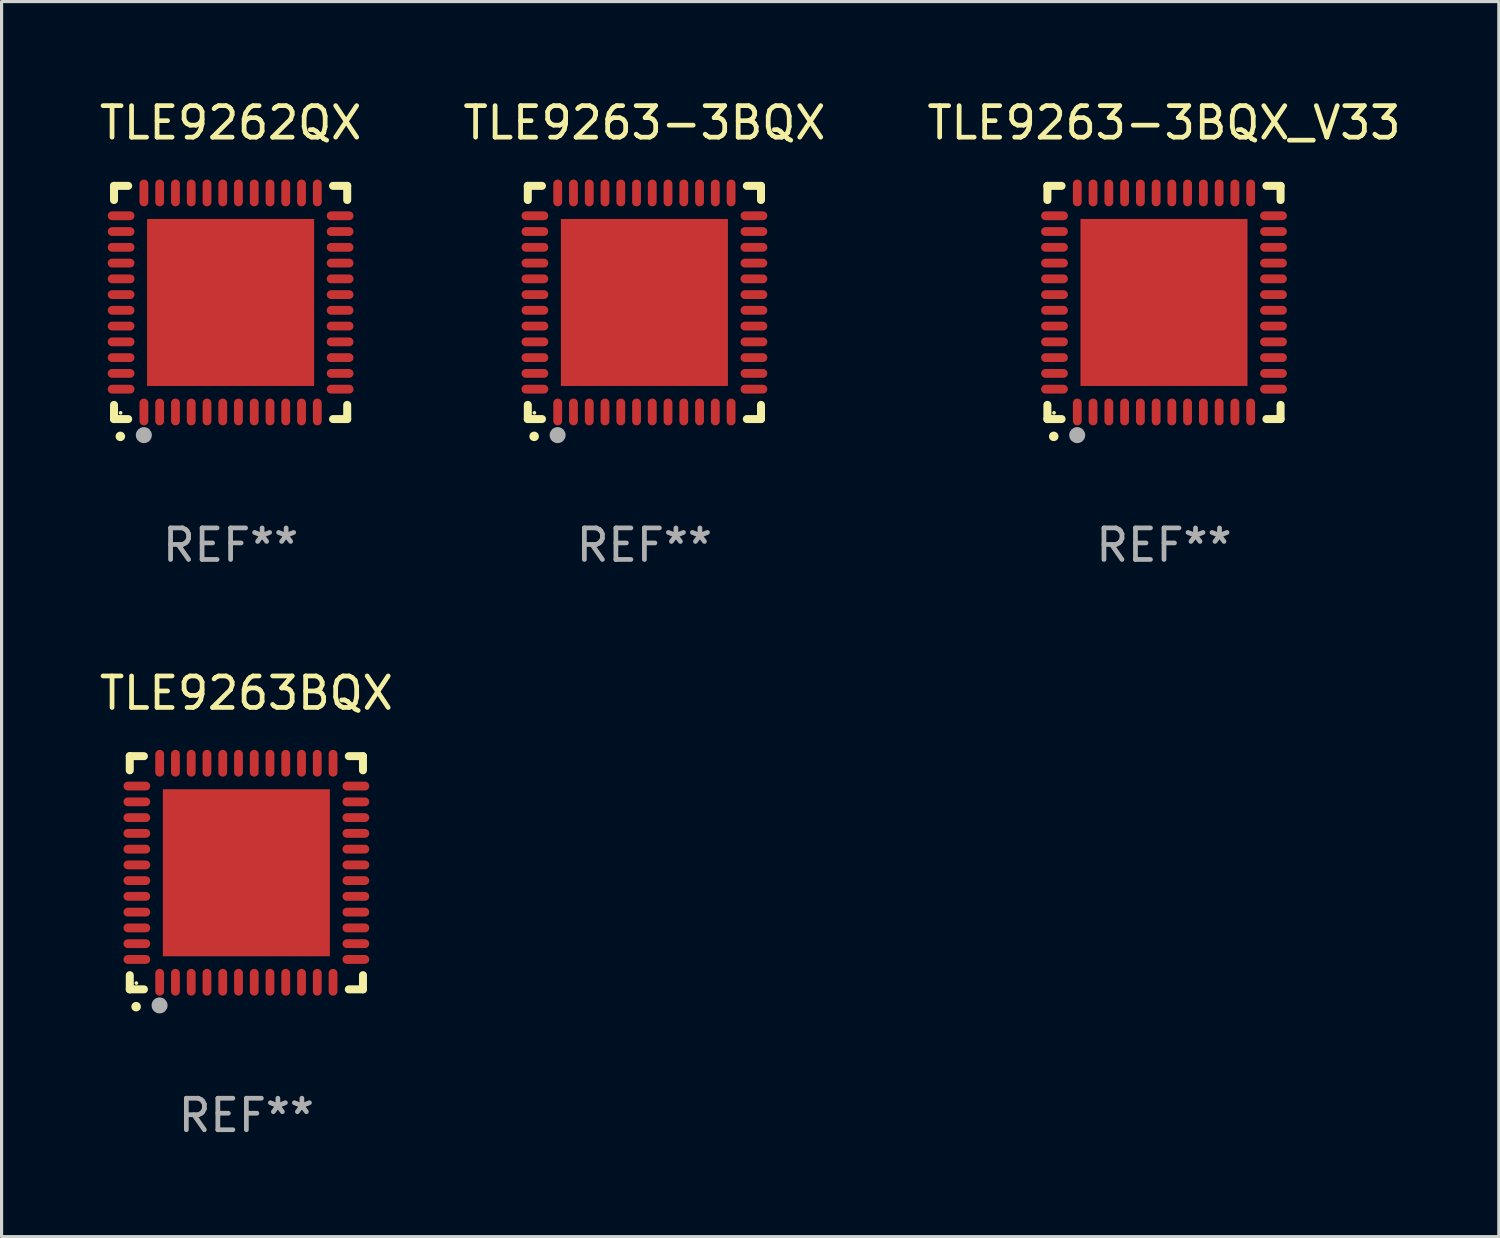
<source format=kicad_pcb>
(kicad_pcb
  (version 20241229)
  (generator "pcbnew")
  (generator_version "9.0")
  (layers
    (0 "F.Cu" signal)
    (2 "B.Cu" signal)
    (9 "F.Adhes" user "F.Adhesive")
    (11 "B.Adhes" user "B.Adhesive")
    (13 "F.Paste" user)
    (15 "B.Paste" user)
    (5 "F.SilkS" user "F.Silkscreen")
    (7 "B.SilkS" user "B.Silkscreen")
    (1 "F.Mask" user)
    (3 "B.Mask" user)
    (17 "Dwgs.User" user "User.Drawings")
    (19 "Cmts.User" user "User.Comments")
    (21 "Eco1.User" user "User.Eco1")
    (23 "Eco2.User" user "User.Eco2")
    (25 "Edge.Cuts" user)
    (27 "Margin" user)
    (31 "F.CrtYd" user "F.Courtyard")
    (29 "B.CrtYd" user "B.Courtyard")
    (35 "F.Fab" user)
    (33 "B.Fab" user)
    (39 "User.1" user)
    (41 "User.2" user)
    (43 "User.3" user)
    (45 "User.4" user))
  (footprint "TLE9262QX"
    (layer "F.Cu")
    (at 4.268 6.548)
    (property "Reference" "TLE9262QX" (at 0 -5.7 0) (layer "F.SilkS") (effects (font (size 1 1) (thickness 0.15))))
    (attr through_hole)
    (fp_line (start -3.7 -3.7) (end -3.25 -3.7) (stroke (width 0.254) (type solid)) (layer "F.SilkS"))
    (fp_line (start -3.7 -3.25) (end -3.7 -3.7) (stroke (width 0.254) (type solid)) (layer "F.SilkS"))
    (fp_line (start -3.7 3.7) (end -3.7 3.25) (stroke (width 0.254) (type solid)) (layer "F.SilkS"))
    (fp_line (start -3.25 3.7) (end -3.7 3.7) (stroke (width 0.254) (type solid)) (layer "F.SilkS"))
    (fp_line (start 3.25 3.7) (end 3.7 3.7) (stroke (width 0.254) (type solid)) (layer "F.SilkS"))
    (fp_line (start 3.7 -3.7) (end 3.25 -3.7) (stroke (width 0.254) (type solid)) (layer "F.SilkS"))
    (fp_line (start 3.7 -3.25) (end 3.7 -3.7) (stroke (width 0.254) (type solid)) (layer "F.SilkS"))
    (fp_line (start 3.7 3.7) (end 3.7 3.25) (stroke (width 0.254) (type solid)) (layer "F.SilkS"))
    (fp_arc (start -3.500127 4.249428) (mid -3.498857 4.249423) (end -3.497587 4.249428) (stroke (width 0.3) (type solid)) (layer "F.SilkS"))
    (fp_circle (center -3.491 3.501) (end -3.461 3.501) (stroke (width 0.06) (type solid)) (fill no) (layer "F.SilkS"))
    (fp_circle (center -2.754 4.21) (end -2.627 4.21) (stroke (width 0.254) (type solid)) (fill no) (layer "F.Fab"))
    (fp_text user "REF**" (at 0 7.7 0) (layer "F.Fab") (effects (font (size 1 1) (thickness 0.15))))
    (pad "1" smd oval (at -2.751 3.475) (size 0.28 0.85) (layers "F.Cu" "F.Mask" "F.Paste"))
    (pad "2" smd oval (at -2.251 3.475) (size 0.28 0.85) (layers "F.Cu" "F.Mask" "F.Paste"))
    (pad "3" smd oval (at -1.75 3.475) (size 0.28 0.85) (layers "F.Cu" "F.Mask" "F.Paste"))
    (pad "4" smd oval (at -1.25 3.475) (size 0.28 0.85) (layers "F.Cu" "F.Mask" "F.Paste"))
    (pad "5" smd oval (at -0.749 3.475) (size 0.28 0.85) (layers "F.Cu" "F.Mask" "F.Paste"))
    (pad "6" smd oval (at -0.249 3.475) (size 0.28 0.85) (layers "F.Cu" "F.Mask" "F.Paste"))
    (pad "7" smd oval (at 0.249 3.475) (size 0.28 0.85) (layers "F.Cu" "F.Mask" "F.Paste"))
    (pad "8" smd oval (at 0.749 3.475) (size 0.28 0.85) (layers "F.Cu" "F.Mask" "F.Paste"))
    (pad "9" smd oval (at 1.25 3.475) (size 0.28 0.85) (layers "F.Cu" "F.Mask" "F.Paste"))
    (pad "10" smd oval (at 1.75 3.475) (size 0.28 0.85) (layers "F.Cu" "F.Mask" "F.Paste"))
    (pad "11" smd oval (at 2.25 3.475) (size 0.28 0.85) (layers "F.Cu" "F.Mask" "F.Paste"))
    (pad "12" smd oval (at 2.751 3.475) (size 0.28 0.85) (layers "F.Cu" "F.Mask" "F.Paste"))
    (pad "13" smd oval (at 3.475 2.751) (size 0.85 0.28) (layers "F.Cu" "F.Mask" "F.Paste"))
    (pad "14" smd oval (at 3.475 2.251) (size 0.85 0.28) (layers "F.Cu" "F.Mask" "F.Paste"))
    (pad "15" smd oval (at 3.475 1.75) (size 0.85 0.28) (layers "F.Cu" "F.Mask" "F.Paste"))
    (pad "16" smd oval (at 3.475 1.25) (size 0.85 0.28) (layers "F.Cu" "F.Mask" "F.Paste"))
    (pad "17" smd oval (at 3.475 0.749) (size 0.85 0.28) (layers "F.Cu" "F.Mask" "F.Paste"))
    (pad "18" smd oval (at 3.475 0.249) (size 0.85 0.28) (layers "F.Cu" "F.Mask" "F.Paste"))
    (pad "19" smd oval (at 3.475 -0.249) (size 0.85 0.28) (layers "F.Cu" "F.Mask" "F.Paste"))
    (pad "20" smd oval (at 3.475 -0.749) (size 0.85 0.28) (layers "F.Cu" "F.Mask" "F.Paste"))
    (pad "21" smd oval (at 3.475 -1.25) (size 0.85 0.28) (layers "F.Cu" "F.Mask" "F.Paste"))
    (pad "22" smd oval (at 3.475 -1.75) (size 0.85 0.28) (layers "F.Cu" "F.Mask" "F.Paste"))
    (pad "23" smd oval (at 3.475 -2.25) (size 0.85 0.28) (layers "F.Cu" "F.Mask" "F.Paste"))
    (pad "24" smd oval (at 3.475 -2.751) (size 0.85 0.28) (layers "F.Cu" "F.Mask" "F.Paste"))
    (pad "25" smd oval (at 2.751 -3.475) (size 0.28 0.85) (layers "F.Cu" "F.Mask" "F.Paste"))
    (pad "26" smd oval (at 2.25 -3.475) (size 0.28 0.85) (layers "F.Cu" "F.Mask" "F.Paste"))
    (pad "27" smd oval (at 1.75 -3.475) (size 0.28 0.85) (layers "F.Cu" "F.Mask" "F.Paste"))
    (pad "28" smd oval (at 1.25 -3.475) (size 0.28 0.85) (layers "F.Cu" "F.Mask" "F.Paste"))
    (pad "29" smd oval (at 0.749 -3.475) (size 0.28 0.85) (layers "F.Cu" "F.Mask" "F.Paste"))
    (pad "30" smd oval (at 0.249 -3.475) (size 0.28 0.85) (layers "F.Cu" "F.Mask" "F.Paste"))
    (pad "31" smd oval (at -0.249 -3.475) (size 0.28 0.85) (layers "F.Cu" "F.Mask" "F.Paste"))
    (pad "32" smd oval (at -0.749 -3.475) (size 0.28 0.85) (layers "F.Cu" "F.Mask" "F.Paste"))
    (pad "33" smd oval (at -1.25 -3.475) (size 0.28 0.85) (layers "F.Cu" "F.Mask" "F.Paste"))
    (pad "34" smd oval (at -1.75 -3.475) (size 0.28 0.85) (layers "F.Cu" "F.Mask" "F.Paste"))
    (pad "35" smd oval (at -2.251 -3.475) (size 0.28 0.85) (layers "F.Cu" "F.Mask" "F.Paste"))
    (pad "36" smd oval (at -2.751 -3.475) (size 0.28 0.85) (layers "F.Cu" "F.Mask" "F.Paste"))
    (pad "37" smd oval (at -3.475 -2.751) (size 0.85 0.28) (layers "F.Cu" "F.Mask" "F.Paste"))
    (pad "38" smd oval (at -3.475 -2.25) (size 0.85 0.28) (layers "F.Cu" "F.Mask" "F.Paste"))
    (pad "39" smd oval (at -3.475 -1.75) (size 0.85 0.28) (layers "F.Cu" "F.Mask" "F.Paste"))
    (pad "40" smd oval (at -3.475 -1.25) (size 0.85 0.28) (layers "F.Cu" "F.Mask" "F.Paste"))
    (pad "41" smd oval (at -3.475 -0.749) (size 0.85 0.28) (layers "F.Cu" "F.Mask" "F.Paste"))
    (pad "42" smd oval (at -3.475 -0.249) (size 0.85 0.28) (layers "F.Cu" "F.Mask" "F.Paste"))
    (pad "43" smd oval (at -3.475 0.249) (size 0.85 0.28) (layers "F.Cu" "F.Mask" "F.Paste"))
    (pad "44" smd oval (at -3.475 0.749) (size 0.85 0.28) (layers "F.Cu" "F.Mask" "F.Paste"))
    (pad "45" smd oval (at -3.475 1.25) (size 0.85 0.28) (layers "F.Cu" "F.Mask" "F.Paste"))
    (pad "46" smd oval (at -3.475 1.75) (size 0.85 0.28) (layers "F.Cu" "F.Mask" "F.Paste"))
    (pad "47" smd oval (at -3.475 2.251) (size 0.85 0.28) (layers "F.Cu" "F.Mask" "F.Paste"))
    (pad "48" smd oval (at -3.475 2.751) (size 0.85 0.28) (layers "F.Cu" "F.Mask" "F.Paste"))
    (pad "49" smd rect (at -0.000102 0.000102) (size 5.3 5.3) (layers "F.Cu" "F.Mask" "F.Paste")))
  (footprint "TLE9263-3BQX"
    (layer "F.Cu")
    (at 17.399 6.548)
    (property "Reference" "TLE9263-3BQX" (at 0 -5.7 0) (layer "F.SilkS") (effects (font (size 1 1) (thickness 0.15))))
    (attr through_hole)
    (fp_line (start -3.7 -3.7) (end -3.25 -3.7) (stroke (width 0.254) (type solid)) (layer "F.SilkS"))
    (fp_line (start -3.7 -3.25) (end -3.7 -3.7) (stroke (width 0.254) (type solid)) (layer "F.SilkS"))
    (fp_line (start -3.7 3.7) (end -3.7 3.25) (stroke (width 0.254) (type solid)) (layer "F.SilkS"))
    (fp_line (start -3.25 3.7) (end -3.7 3.7) (stroke (width 0.254) (type solid)) (layer "F.SilkS"))
    (fp_line (start 3.25 3.7) (end 3.7 3.7) (stroke (width 0.254) (type solid)) (layer "F.SilkS"))
    (fp_line (start 3.7 -3.7) (end 3.25 -3.7) (stroke (width 0.254) (type solid)) (layer "F.SilkS"))
    (fp_line (start 3.7 -3.25) (end 3.7 -3.7) (stroke (width 0.254) (type solid)) (layer "F.SilkS"))
    (fp_line (start 3.7 3.7) (end 3.7 3.25) (stroke (width 0.254) (type solid)) (layer "F.SilkS"))
    (fp_arc (start -3.500127 4.249428) (mid -3.498857 4.249423) (end -3.497587 4.249428) (stroke (width 0.3) (type solid)) (layer "F.SilkS"))
    (fp_circle (center -3.491 3.501) (end -3.461 3.501) (stroke (width 0.06) (type solid)) (fill no) (layer "F.SilkS"))
    (fp_circle (center -2.754 4.21) (end -2.627 4.21) (stroke (width 0.254) (type solid)) (fill no) (layer "F.Fab"))
    (fp_text user "REF**" (at 0 7.7 0) (layer "F.Fab") (effects (font (size 1 1) (thickness 0.15))))
    (pad "1" smd oval (at -2.751 3.475) (size 0.28 0.85) (layers "F.Cu" "F.Mask" "F.Paste"))
    (pad "2" smd oval (at -2.251 3.475) (size 0.28 0.85) (layers "F.Cu" "F.Mask" "F.Paste"))
    (pad "3" smd oval (at -1.75 3.475) (size 0.28 0.85) (layers "F.Cu" "F.Mask" "F.Paste"))
    (pad "4" smd oval (at -1.25 3.475) (size 0.28 0.85) (layers "F.Cu" "F.Mask" "F.Paste"))
    (pad "5" smd oval (at -0.749 3.475) (size 0.28 0.85) (layers "F.Cu" "F.Mask" "F.Paste"))
    (pad "6" smd oval (at -0.249 3.475) (size 0.28 0.85) (layers "F.Cu" "F.Mask" "F.Paste"))
    (pad "7" smd oval (at 0.249 3.475) (size 0.28 0.85) (layers "F.Cu" "F.Mask" "F.Paste"))
    (pad "8" smd oval (at 0.749 3.475) (size 0.28 0.85) (layers "F.Cu" "F.Mask" "F.Paste"))
    (pad "9" smd oval (at 1.25 3.475) (size 0.28 0.85) (layers "F.Cu" "F.Mask" "F.Paste"))
    (pad "10" smd oval (at 1.75 3.475) (size 0.28 0.85) (layers "F.Cu" "F.Mask" "F.Paste"))
    (pad "11" smd oval (at 2.25 3.475) (size 0.28 0.85) (layers "F.Cu" "F.Mask" "F.Paste"))
    (pad "12" smd oval (at 2.751 3.475) (size 0.28 0.85) (layers "F.Cu" "F.Mask" "F.Paste"))
    (pad "13" smd oval (at 3.475 2.751) (size 0.85 0.28) (layers "F.Cu" "F.Mask" "F.Paste"))
    (pad "14" smd oval (at 3.475 2.251) (size 0.85 0.28) (layers "F.Cu" "F.Mask" "F.Paste"))
    (pad "15" smd oval (at 3.475 1.75) (size 0.85 0.28) (layers "F.Cu" "F.Mask" "F.Paste"))
    (pad "16" smd oval (at 3.475 1.25) (size 0.85 0.28) (layers "F.Cu" "F.Mask" "F.Paste"))
    (pad "17" smd oval (at 3.475 0.749) (size 0.85 0.28) (layers "F.Cu" "F.Mask" "F.Paste"))
    (pad "18" smd oval (at 3.475 0.249) (size 0.85 0.28) (layers "F.Cu" "F.Mask" "F.Paste"))
    (pad "19" smd oval (at 3.475 -0.249) (size 0.85 0.28) (layers "F.Cu" "F.Mask" "F.Paste"))
    (pad "20" smd oval (at 3.475 -0.749) (size 0.85 0.28) (layers "F.Cu" "F.Mask" "F.Paste"))
    (pad "21" smd oval (at 3.475 -1.25) (size 0.85 0.28) (layers "F.Cu" "F.Mask" "F.Paste"))
    (pad "22" smd oval (at 3.475 -1.75) (size 0.85 0.28) (layers "F.Cu" "F.Mask" "F.Paste"))
    (pad "23" smd oval (at 3.475 -2.25) (size 0.85 0.28) (layers "F.Cu" "F.Mask" "F.Paste"))
    (pad "24" smd oval (at 3.475 -2.751) (size 0.85 0.28) (layers "F.Cu" "F.Mask" "F.Paste"))
    (pad "25" smd oval (at 2.751 -3.475) (size 0.28 0.85) (layers "F.Cu" "F.Mask" "F.Paste"))
    (pad "26" smd oval (at 2.25 -3.475) (size 0.28 0.85) (layers "F.Cu" "F.Mask" "F.Paste"))
    (pad "27" smd oval (at 1.75 -3.475) (size 0.28 0.85) (layers "F.Cu" "F.Mask" "F.Paste"))
    (pad "28" smd oval (at 1.25 -3.475) (size 0.28 0.85) (layers "F.Cu" "F.Mask" "F.Paste"))
    (pad "29" smd oval (at 0.749 -3.475) (size 0.28 0.85) (layers "F.Cu" "F.Mask" "F.Paste"))
    (pad "30" smd oval (at 0.249 -3.475) (size 0.28 0.85) (layers "F.Cu" "F.Mask" "F.Paste"))
    (pad "31" smd oval (at -0.249 -3.475) (size 0.28 0.85) (layers "F.Cu" "F.Mask" "F.Paste"))
    (pad "32" smd oval (at -0.749 -3.475) (size 0.28 0.85) (layers "F.Cu" "F.Mask" "F.Paste"))
    (pad "33" smd oval (at -1.25 -3.475) (size 0.28 0.85) (layers "F.Cu" "F.Mask" "F.Paste"))
    (pad "34" smd oval (at -1.75 -3.475) (size 0.28 0.85) (layers "F.Cu" "F.Mask" "F.Paste"))
    (pad "35" smd oval (at -2.251 -3.475) (size 0.28 0.85) (layers "F.Cu" "F.Mask" "F.Paste"))
    (pad "36" smd oval (at -2.751 -3.475) (size 0.28 0.85) (layers "F.Cu" "F.Mask" "F.Paste"))
    (pad "37" smd oval (at -3.475 -2.751) (size 0.85 0.28) (layers "F.Cu" "F.Mask" "F.Paste"))
    (pad "38" smd oval (at -3.475 -2.25) (size 0.85 0.28) (layers "F.Cu" "F.Mask" "F.Paste"))
    (pad "39" smd oval (at -3.475 -1.75) (size 0.85 0.28) (layers "F.Cu" "F.Mask" "F.Paste"))
    (pad "40" smd oval (at -3.475 -1.25) (size 0.85 0.28) (layers "F.Cu" "F.Mask" "F.Paste"))
    (pad "41" smd oval (at -3.475 -0.749) (size 0.85 0.28) (layers "F.Cu" "F.Mask" "F.Paste"))
    (pad "42" smd oval (at -3.475 -0.249) (size 0.85 0.28) (layers "F.Cu" "F.Mask" "F.Paste"))
    (pad "43" smd oval (at -3.475 0.249) (size 0.85 0.28) (layers "F.Cu" "F.Mask" "F.Paste"))
    (pad "44" smd oval (at -3.475 0.749) (size 0.85 0.28) (layers "F.Cu" "F.Mask" "F.Paste"))
    (pad "45" smd oval (at -3.475 1.25) (size 0.85 0.28) (layers "F.Cu" "F.Mask" "F.Paste"))
    (pad "46" smd oval (at -3.475 1.75) (size 0.85 0.28) (layers "F.Cu" "F.Mask" "F.Paste"))
    (pad "47" smd oval (at -3.475 2.251) (size 0.85 0.28) (layers "F.Cu" "F.Mask" "F.Paste"))
    (pad "48" smd oval (at -3.475 2.751) (size 0.85 0.28) (layers "F.Cu" "F.Mask" "F.Paste"))
    (pad "49" smd rect (at -0.000102 0.000102) (size 5.3 5.3) (layers "F.Cu" "F.Mask" "F.Paste")))
  (footprint "TLE9263-3BQX_V33"
    (layer "F.Cu")
    (at 33.887 6.548)
    (property "Reference" "TLE9263-3BQX_V33" (at 0 -5.7 0) (layer "F.SilkS") (effects (font (size 1 1) (thickness 0.15))))
    (attr through_hole)
    (fp_line (start -3.7 -3.7) (end -3.25 -3.7) (stroke (width 0.254) (type solid)) (layer "F.SilkS"))
    (fp_line (start -3.7 -3.25) (end -3.7 -3.7) (stroke (width 0.254) (type solid)) (layer "F.SilkS"))
    (fp_line (start -3.7 3.7) (end -3.7 3.25) (stroke (width 0.254) (type solid)) (layer "F.SilkS"))
    (fp_line (start -3.25 3.7) (end -3.7 3.7) (stroke (width 0.254) (type solid)) (layer "F.SilkS"))
    (fp_line (start 3.25 3.7) (end 3.7 3.7) (stroke (width 0.254) (type solid)) (layer "F.SilkS"))
    (fp_line (start 3.7 -3.7) (end 3.25 -3.7) (stroke (width 0.254) (type solid)) (layer "F.SilkS"))
    (fp_line (start 3.7 -3.25) (end 3.7 -3.7) (stroke (width 0.254) (type solid)) (layer "F.SilkS"))
    (fp_line (start 3.7 3.7) (end 3.7 3.25) (stroke (width 0.254) (type solid)) (layer "F.SilkS"))
    (fp_arc (start -3.500127 4.249428) (mid -3.498857 4.249423) (end -3.497587 4.249428) (stroke (width 0.3) (type solid)) (layer "F.SilkS"))
    (fp_circle (center -3.491 3.501) (end -3.461 3.501) (stroke (width 0.06) (type solid)) (fill no) (layer "F.SilkS"))
    (fp_circle (center -2.754 4.21) (end -2.627 4.21) (stroke (width 0.254) (type solid)) (fill no) (layer "F.Fab"))
    (fp_text user "REF**" (at 0 7.7 0) (layer "F.Fab") (effects (font (size 1 1) (thickness 0.15))))
    (pad "1" smd oval (at -2.751 3.475) (size 0.28 0.85) (layers "F.Cu" "F.Mask" "F.Paste"))
    (pad "2" smd oval (at -2.251 3.475) (size 0.28 0.85) (layers "F.Cu" "F.Mask" "F.Paste"))
    (pad "3" smd oval (at -1.75 3.475) (size 0.28 0.85) (layers "F.Cu" "F.Mask" "F.Paste"))
    (pad "4" smd oval (at -1.25 3.475) (size 0.28 0.85) (layers "F.Cu" "F.Mask" "F.Paste"))
    (pad "5" smd oval (at -0.749 3.475) (size 0.28 0.85) (layers "F.Cu" "F.Mask" "F.Paste"))
    (pad "6" smd oval (at -0.249 3.475) (size 0.28 0.85) (layers "F.Cu" "F.Mask" "F.Paste"))
    (pad "7" smd oval (at 0.249 3.475) (size 0.28 0.85) (layers "F.Cu" "F.Mask" "F.Paste"))
    (pad "8" smd oval (at 0.749 3.475) (size 0.28 0.85) (layers "F.Cu" "F.Mask" "F.Paste"))
    (pad "9" smd oval (at 1.25 3.475) (size 0.28 0.85) (layers "F.Cu" "F.Mask" "F.Paste"))
    (pad "10" smd oval (at 1.75 3.475) (size 0.28 0.85) (layers "F.Cu" "F.Mask" "F.Paste"))
    (pad "11" smd oval (at 2.25 3.475) (size 0.28 0.85) (layers "F.Cu" "F.Mask" "F.Paste"))
    (pad "12" smd oval (at 2.751 3.475) (size 0.28 0.85) (layers "F.Cu" "F.Mask" "F.Paste"))
    (pad "13" smd oval (at 3.475 2.751) (size 0.85 0.28) (layers "F.Cu" "F.Mask" "F.Paste"))
    (pad "14" smd oval (at 3.475 2.251) (size 0.85 0.28) (layers "F.Cu" "F.Mask" "F.Paste"))
    (pad "15" smd oval (at 3.475 1.75) (size 0.85 0.28) (layers "F.Cu" "F.Mask" "F.Paste"))
    (pad "16" smd oval (at 3.475 1.25) (size 0.85 0.28) (layers "F.Cu" "F.Mask" "F.Paste"))
    (pad "17" smd oval (at 3.475 0.749) (size 0.85 0.28) (layers "F.Cu" "F.Mask" "F.Paste"))
    (pad "18" smd oval (at 3.475 0.249) (size 0.85 0.28) (layers "F.Cu" "F.Mask" "F.Paste"))
    (pad "19" smd oval (at 3.475 -0.249) (size 0.85 0.28) (layers "F.Cu" "F.Mask" "F.Paste"))
    (pad "20" smd oval (at 3.475 -0.749) (size 0.85 0.28) (layers "F.Cu" "F.Mask" "F.Paste"))
    (pad "21" smd oval (at 3.475 -1.25) (size 0.85 0.28) (layers "F.Cu" "F.Mask" "F.Paste"))
    (pad "22" smd oval (at 3.475 -1.75) (size 0.85 0.28) (layers "F.Cu" "F.Mask" "F.Paste"))
    (pad "23" smd oval (at 3.475 -2.25) (size 0.85 0.28) (layers "F.Cu" "F.Mask" "F.Paste"))
    (pad "24" smd oval (at 3.475 -2.751) (size 0.85 0.28) (layers "F.Cu" "F.Mask" "F.Paste"))
    (pad "25" smd oval (at 2.751 -3.475) (size 0.28 0.85) (layers "F.Cu" "F.Mask" "F.Paste"))
    (pad "26" smd oval (at 2.25 -3.475) (size 0.28 0.85) (layers "F.Cu" "F.Mask" "F.Paste"))
    (pad "27" smd oval (at 1.75 -3.475) (size 0.28 0.85) (layers "F.Cu" "F.Mask" "F.Paste"))
    (pad "28" smd oval (at 1.25 -3.475) (size 0.28 0.85) (layers "F.Cu" "F.Mask" "F.Paste"))
    (pad "29" smd oval (at 0.749 -3.475) (size 0.28 0.85) (layers "F.Cu" "F.Mask" "F.Paste"))
    (pad "30" smd oval (at 0.249 -3.475) (size 0.28 0.85) (layers "F.Cu" "F.Mask" "F.Paste"))
    (pad "31" smd oval (at -0.249 -3.475) (size 0.28 0.85) (layers "F.Cu" "F.Mask" "F.Paste"))
    (pad "32" smd oval (at -0.749 -3.475) (size 0.28 0.85) (layers "F.Cu" "F.Mask" "F.Paste"))
    (pad "33" smd oval (at -1.25 -3.475) (size 0.28 0.85) (layers "F.Cu" "F.Mask" "F.Paste"))
    (pad "34" smd oval (at -1.75 -3.475) (size 0.28 0.85) (layers "F.Cu" "F.Mask" "F.Paste"))
    (pad "35" smd oval (at -2.251 -3.475) (size 0.28 0.85) (layers "F.Cu" "F.Mask" "F.Paste"))
    (pad "36" smd oval (at -2.751 -3.475) (size 0.28 0.85) (layers "F.Cu" "F.Mask" "F.Paste"))
    (pad "37" smd oval (at -3.475 -2.751) (size 0.85 0.28) (layers "F.Cu" "F.Mask" "F.Paste"))
    (pad "38" smd oval (at -3.475 -2.25) (size 0.85 0.28) (layers "F.Cu" "F.Mask" "F.Paste"))
    (pad "39" smd oval (at -3.475 -1.75) (size 0.85 0.28) (layers "F.Cu" "F.Mask" "F.Paste"))
    (pad "40" smd oval (at -3.475 -1.25) (size 0.85 0.28) (layers "F.Cu" "F.Mask" "F.Paste"))
    (pad "41" smd oval (at -3.475 -0.749) (size 0.85 0.28) (layers "F.Cu" "F.Mask" "F.Paste"))
    (pad "42" smd oval (at -3.475 -0.249) (size 0.85 0.28) (layers "F.Cu" "F.Mask" "F.Paste"))
    (pad "43" smd oval (at -3.475 0.249) (size 0.85 0.28) (layers "F.Cu" "F.Mask" "F.Paste"))
    (pad "44" smd oval (at -3.475 0.749) (size 0.85 0.28) (layers "F.Cu" "F.Mask" "F.Paste"))
    (pad "45" smd oval (at -3.475 1.25) (size 0.85 0.28) (layers "F.Cu" "F.Mask" "F.Paste"))
    (pad "46" smd oval (at -3.475 1.75) (size 0.85 0.28) (layers "F.Cu" "F.Mask" "F.Paste"))
    (pad "47" smd oval (at -3.475 2.251) (size 0.85 0.28) (layers "F.Cu" "F.Mask" "F.Paste"))
    (pad "48" smd oval (at -3.475 2.751) (size 0.85 0.28) (layers "F.Cu" "F.Mask" "F.Paste"))
    (pad "49" smd rect (at -0.000102 0.000102) (size 5.3 5.3) (layers "F.Cu" "F.Mask" "F.Paste")))
  (footprint "TLE9263BQX"
    (layer "F.Cu")
    (at 4.768 24.645)
    (property "Reference" "TLE9263BQX" (at 0 -5.7 0) (layer "F.SilkS") (effects (font (size 1 1) (thickness 0.15))))
    (attr through_hole)
    (fp_line (start -3.7 -3.7) (end -3.25 -3.7) (stroke (width 0.254) (type solid)) (layer "F.SilkS"))
    (fp_line (start -3.7 -3.25) (end -3.7 -3.7) (stroke (width 0.254) (type solid)) (layer "F.SilkS"))
    (fp_line (start -3.7 3.7) (end -3.7 3.25) (stroke (width 0.254) (type solid)) (layer "F.SilkS"))
    (fp_line (start -3.25 3.7) (end -3.7 3.7) (stroke (width 0.254) (type solid)) (layer "F.SilkS"))
    (fp_line (start 3.25 3.7) (end 3.7 3.7) (stroke (width 0.254) (type solid)) (layer "F.SilkS"))
    (fp_line (start 3.7 -3.7) (end 3.25 -3.7) (stroke (width 0.254) (type solid)) (layer "F.SilkS"))
    (fp_line (start 3.7 -3.25) (end 3.7 -3.7) (stroke (width 0.254) (type solid)) (layer "F.SilkS"))
    (fp_line (start 3.7 3.7) (end 3.7 3.25) (stroke (width 0.254) (type solid)) (layer "F.SilkS"))
    (fp_arc (start -3.500127 4.249428) (mid -3.498857 4.249423) (end -3.497587 4.249428) (stroke (width 0.3) (type solid)) (layer "F.SilkS"))
    (fp_circle (center -3.491 3.501) (end -3.461 3.501) (stroke (width 0.06) (type solid)) (fill no) (layer "F.SilkS"))
    (fp_circle (center -2.754 4.21) (end -2.627 4.21) (stroke (width 0.254) (type solid)) (fill no) (layer "F.Fab"))
    (fp_text user "REF**" (at 0 7.7 0) (layer "F.Fab") (effects (font (size 1 1) (thickness 0.15))))
    (pad "1" smd oval (at -2.751 3.475) (size 0.28 0.85) (layers "F.Cu" "F.Mask" "F.Paste"))
    (pad "2" smd oval (at -2.251 3.475) (size 0.28 0.85) (layers "F.Cu" "F.Mask" "F.Paste"))
    (pad "3" smd oval (at -1.75 3.475) (size 0.28 0.85) (layers "F.Cu" "F.Mask" "F.Paste"))
    (pad "4" smd oval (at -1.25 3.475) (size 0.28 0.85) (layers "F.Cu" "F.Mask" "F.Paste"))
    (pad "5" smd oval (at -0.749 3.475) (size 0.28 0.85) (layers "F.Cu" "F.Mask" "F.Paste"))
    (pad "6" smd oval (at -0.249 3.475) (size 0.28 0.85) (layers "F.Cu" "F.Mask" "F.Paste"))
    (pad "7" smd oval (at 0.249 3.475) (size 0.28 0.85) (layers "F.Cu" "F.Mask" "F.Paste"))
    (pad "8" smd oval (at 0.749 3.475) (size 0.28 0.85) (layers "F.Cu" "F.Mask" "F.Paste"))
    (pad "9" smd oval (at 1.25 3.475) (size 0.28 0.85) (layers "F.Cu" "F.Mask" "F.Paste"))
    (pad "10" smd oval (at 1.75 3.475) (size 0.28 0.85) (layers "F.Cu" "F.Mask" "F.Paste"))
    (pad "11" smd oval (at 2.25 3.475) (size 0.28 0.85) (layers "F.Cu" "F.Mask" "F.Paste"))
    (pad "12" smd oval (at 2.751 3.475) (size 0.28 0.85) (layers "F.Cu" "F.Mask" "F.Paste"))
    (pad "13" smd oval (at 3.475 2.751) (size 0.85 0.28) (layers "F.Cu" "F.Mask" "F.Paste"))
    (pad "14" smd oval (at 3.475 2.251) (size 0.85 0.28) (layers "F.Cu" "F.Mask" "F.Paste"))
    (pad "15" smd oval (at 3.475 1.75) (size 0.85 0.28) (layers "F.Cu" "F.Mask" "F.Paste"))
    (pad "16" smd oval (at 3.475 1.25) (size 0.85 0.28) (layers "F.Cu" "F.Mask" "F.Paste"))
    (pad "17" smd oval (at 3.475 0.749) (size 0.85 0.28) (layers "F.Cu" "F.Mask" "F.Paste"))
    (pad "18" smd oval (at 3.475 0.249) (size 0.85 0.28) (layers "F.Cu" "F.Mask" "F.Paste"))
    (pad "19" smd oval (at 3.475 -0.249) (size 0.85 0.28) (layers "F.Cu" "F.Mask" "F.Paste"))
    (pad "20" smd oval (at 3.475 -0.749) (size 0.85 0.28) (layers "F.Cu" "F.Mask" "F.Paste"))
    (pad "21" smd oval (at 3.475 -1.25) (size 0.85 0.28) (layers "F.Cu" "F.Mask" "F.Paste"))
    (pad "22" smd oval (at 3.475 -1.75) (size 0.85 0.28) (layers "F.Cu" "F.Mask" "F.Paste"))
    (pad "23" smd oval (at 3.475 -2.25) (size 0.85 0.28) (layers "F.Cu" "F.Mask" "F.Paste"))
    (pad "24" smd oval (at 3.475 -2.751) (size 0.85 0.28) (layers "F.Cu" "F.Mask" "F.Paste"))
    (pad "25" smd oval (at 2.751 -3.475) (size 0.28 0.85) (layers "F.Cu" "F.Mask" "F.Paste"))
    (pad "26" smd oval (at 2.25 -3.475) (size 0.28 0.85) (layers "F.Cu" "F.Mask" "F.Paste"))
    (pad "27" smd oval (at 1.75 -3.475) (size 0.28 0.85) (layers "F.Cu" "F.Mask" "F.Paste"))
    (pad "28" smd oval (at 1.25 -3.475) (size 0.28 0.85) (layers "F.Cu" "F.Mask" "F.Paste"))
    (pad "29" smd oval (at 0.749 -3.475) (size 0.28 0.85) (layers "F.Cu" "F.Mask" "F.Paste"))
    (pad "30" smd oval (at 0.249 -3.475) (size 0.28 0.85) (layers "F.Cu" "F.Mask" "F.Paste"))
    (pad "31" smd oval (at -0.249 -3.475) (size 0.28 0.85) (layers "F.Cu" "F.Mask" "F.Paste"))
    (pad "32" smd oval (at -0.749 -3.475) (size 0.28 0.85) (layers "F.Cu" "F.Mask" "F.Paste"))
    (pad "33" smd oval (at -1.25 -3.475) (size 0.28 0.85) (layers "F.Cu" "F.Mask" "F.Paste"))
    (pad "34" smd oval (at -1.75 -3.475) (size 0.28 0.85) (layers "F.Cu" "F.Mask" "F.Paste"))
    (pad "35" smd oval (at -2.251 -3.475) (size 0.28 0.85) (layers "F.Cu" "F.Mask" "F.Paste"))
    (pad "36" smd oval (at -2.751 -3.475) (size 0.28 0.85) (layers "F.Cu" "F.Mask" "F.Paste"))
    (pad "37" smd oval (at -3.475 -2.751) (size 0.85 0.28) (layers "F.Cu" "F.Mask" "F.Paste"))
    (pad "38" smd oval (at -3.475 -2.25) (size 0.85 0.28) (layers "F.Cu" "F.Mask" "F.Paste"))
    (pad "39" smd oval (at -3.475 -1.75) (size 0.85 0.28) (layers "F.Cu" "F.Mask" "F.Paste"))
    (pad "40" smd oval (at -3.475 -1.25) (size 0.85 0.28) (layers "F.Cu" "F.Mask" "F.Paste"))
    (pad "41" smd oval (at -3.475 -0.749) (size 0.85 0.28) (layers "F.Cu" "F.Mask" "F.Paste"))
    (pad "42" smd oval (at -3.475 -0.249) (size 0.85 0.28) (layers "F.Cu" "F.Mask" "F.Paste"))
    (pad "43" smd oval (at -3.475 0.249) (size 0.85 0.28) (layers "F.Cu" "F.Mask" "F.Paste"))
    (pad "44" smd oval (at -3.475 0.749) (size 0.85 0.28) (layers "F.Cu" "F.Mask" "F.Paste"))
    (pad "45" smd oval (at -3.475 1.25) (size 0.85 0.28) (layers "F.Cu" "F.Mask" "F.Paste"))
    (pad "46" smd oval (at -3.475 1.75) (size 0.85 0.28) (layers "F.Cu" "F.Mask" "F.Paste"))
    (pad "47" smd oval (at -3.475 2.251) (size 0.85 0.28) (layers "F.Cu" "F.Mask" "F.Paste"))
    (pad "48" smd oval (at -3.475 2.751) (size 0.85 0.28) (layers "F.Cu" "F.Mask" "F.Paste"))
    (pad "49" smd rect (at -0.000102 0.000102) (size 5.3 5.3) (layers "F.Cu" "F.Mask" "F.Paste")))
  (gr_rect
    (start -3 -3)
    (end 44.512 36.193)
    (stroke (width 0.1) (type default))
    (fill no)
    (layer "Edge.Cuts")))
</source>
